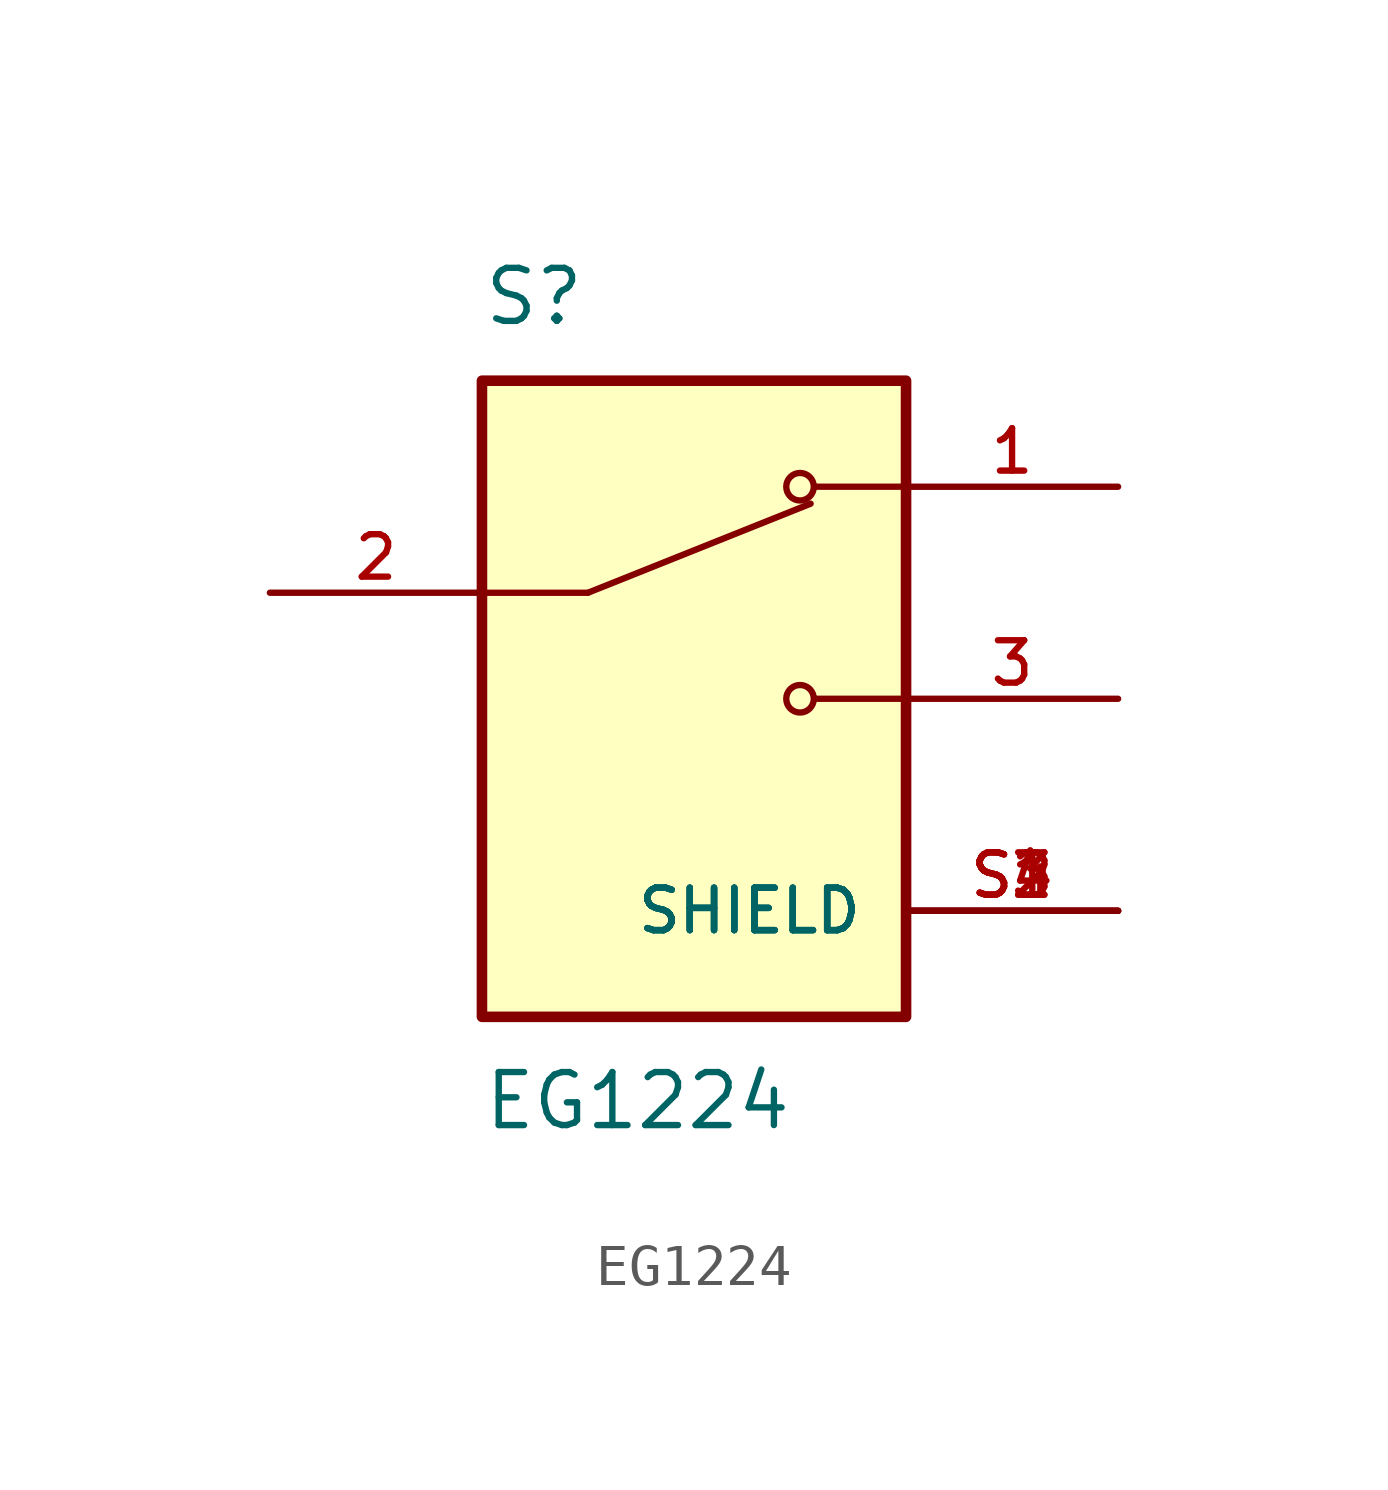
<source format=kicad_sym>
(kicad_symbol_lib
  (version 20211014)
  (generator kicad_symbol_editor)
  (symbol "EG1224"
    (pin_names
      (offset 1.016))
    (property "Reference" "S"
      (at -5.08 8.89 0)
      (effects (font (size 1.27 1.27)) (justify left bottom)))
    (property "Value" "EG1224"
      (at -5.08 -8.89 0)
      (effects (font (size 1.27 1.27)) (justify left top)))
    (symbol "EG1224_0_0"
      (rectangle (start -5.08 -7.62) (end 5.08 7.62) (stroke (width 0.254) (type default) (color 0 0 0 0)) (fill (type background)))
      (polyline (pts (xy -2.54 2.54) (xy -5.08 2.54)) (stroke (width 0.152) (type default) (color 0 0 0 0)) (fill (type none)))
      (polyline (pts (xy -2.54 2.54) (xy 2.794 4.674)) (stroke (width 0.152) (type default) (color 0 0 0 0)) (fill (type none)))
      (polyline (pts (xy 5.08 0) (xy 2.921 0)) (stroke (width 0.152) (type default) (color 0 0 0 0)) (fill (type none)))
      (polyline (pts (xy 5.08 5.08) (xy 2.921 5.08)) (stroke (width 0.152) (type default) (color 0 0 0 0)) (fill (type none)))
      (circle (center 2.54 0) (radius 0.33) (stroke (width 0.152) (type default) (color 0 0 0 0)) (fill (type none)))
      (circle (center 2.54 5.08) (radius 0.33) (stroke (width 0.152) (type default) (color 0 0 0 0)) (fill (type none)))
      (pin passive line (at 10.16 5.08 180) (length 5.08) (name "~" (effects (font (size 1.016 1.016)))) (number "1" (effects (font (size 1.016 1.016)))))
      (pin passive line (at -10.16 2.54 0) (length 5.08) (name "~" (effects (font (size 1.016 1.016)))) (number "2" (effects (font (size 1.016 1.016)))))
      (pin passive line (at 10.16 0 180) (length 5.08) (name "~" (effects (font (size 1.016 1.016)))) (number "3" (effects (font (size 1.016 1.016)))))
      (pin passive line (at 10.16 -5.08 180) (length 5.08) (name "SHIELD" (effects (font (size 1.016 1.016)))) (number "S1" (effects (font (size 1.016 1.016)))))
      (pin passive line (at 10.16 -5.08 180) (length 5.08) (name "SHIELD" (effects (font (size 1.016 1.016)))) (number "S2" (effects (font (size 1.016 1.016)))))
      (pin passive line (at 10.16 -5.08 180) (length 5.08) (name "SHIELD" (effects (font (size 1.016 1.016)))) (number "S3" (effects (font (size 1.016 1.016)))))
      (pin passive line (at 10.16 -5.08 180) (length 5.08) (name "SHIELD" (effects (font (size 1.016 1.016)))) (number "S4" (effects (font (size 1.016 1.016))))))))
</source>
